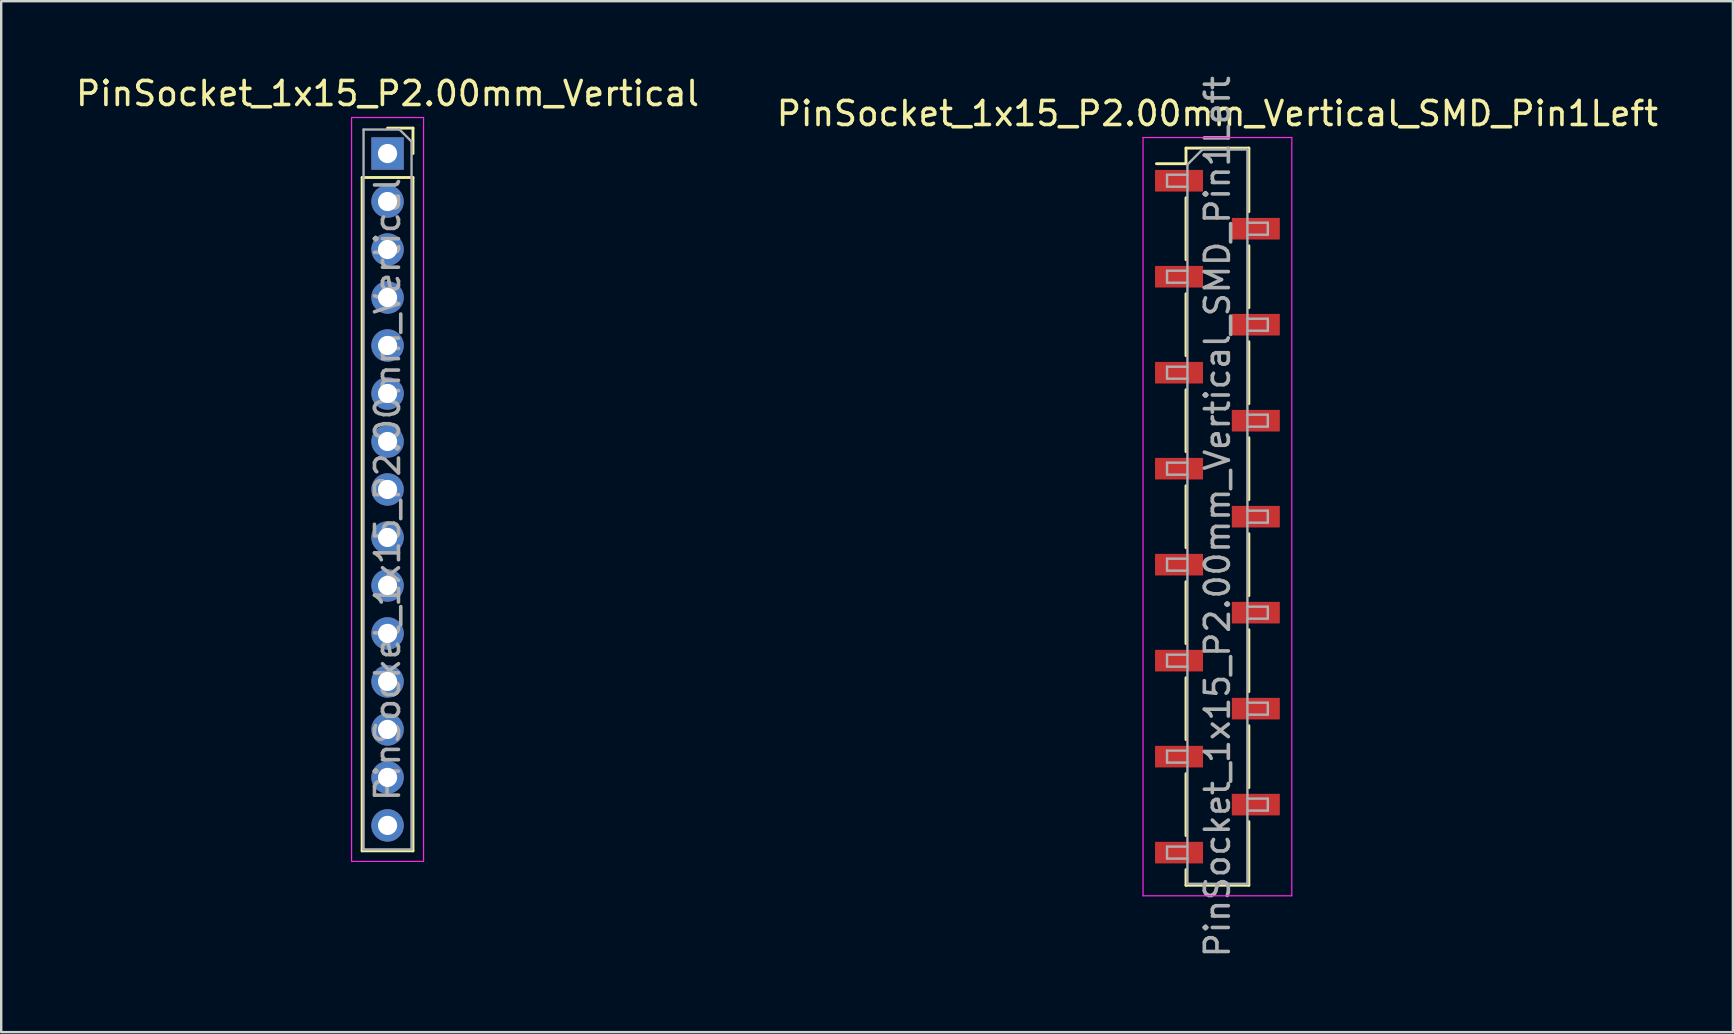
<source format=kicad_pcb>
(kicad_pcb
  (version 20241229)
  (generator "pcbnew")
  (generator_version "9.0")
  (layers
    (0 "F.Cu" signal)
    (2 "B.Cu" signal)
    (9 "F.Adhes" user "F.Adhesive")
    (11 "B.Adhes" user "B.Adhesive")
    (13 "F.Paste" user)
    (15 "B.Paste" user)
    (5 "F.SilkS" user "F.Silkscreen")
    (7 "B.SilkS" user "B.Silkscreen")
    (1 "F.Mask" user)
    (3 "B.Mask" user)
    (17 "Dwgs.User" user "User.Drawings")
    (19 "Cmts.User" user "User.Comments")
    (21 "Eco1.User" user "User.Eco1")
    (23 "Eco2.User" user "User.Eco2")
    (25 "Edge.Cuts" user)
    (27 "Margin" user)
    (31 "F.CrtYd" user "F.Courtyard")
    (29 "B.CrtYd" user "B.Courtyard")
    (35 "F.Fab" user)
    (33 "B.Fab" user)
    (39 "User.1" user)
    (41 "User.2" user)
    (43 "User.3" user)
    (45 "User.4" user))
  (footprint "PinSocket_1x15_P2.00mm_Vertical_SMD_Pin1Left"
    (layer "F.Cu")
    (at 47.685 18.482)
    (property "Reference" "PinSocket_1x15_P2.00mm_Vertical_SMD_Pin1Left" (at 0 -16.8 0) (layer "F.SilkS") (effects (font (size 1 1) (thickness 0.15))))
    (attr smd)
    (fp_line (start -2.54 -14.71) (end -1.31 -14.71) (stroke (width 0.12) (type solid)) (layer "F.SilkS"))
    (fp_line (start -1.31 -15.36) (end -1.31 -14.71) (stroke (width 0.12) (type solid)) (layer "F.SilkS"))
    (fp_line (start -1.31 -15.36) (end 1.31 -15.36) (stroke (width 0.12) (type solid)) (layer "F.SilkS"))
    (fp_line (start -1.31 -13.29) (end -1.31 -10.71) (stroke (width 0.12) (type solid)) (layer "F.SilkS"))
    (fp_line (start -1.31 -9.29) (end -1.31 -6.71) (stroke (width 0.12) (type solid)) (layer "F.SilkS"))
    (fp_line (start -1.31 -5.29) (end -1.31 -2.71) (stroke (width 0.12) (type solid)) (layer "F.SilkS"))
    (fp_line (start -1.31 -1.29) (end -1.31 1.29) (stroke (width 0.12) (type solid)) (layer "F.SilkS"))
    (fp_line (start -1.31 2.71) (end -1.31 5.29) (stroke (width 0.12) (type solid)) (layer "F.SilkS"))
    (fp_line (start -1.31 6.71) (end -1.31 9.29) (stroke (width 0.12) (type solid)) (layer "F.SilkS"))
    (fp_line (start -1.31 10.71) (end -1.31 13.29) (stroke (width 0.12) (type solid)) (layer "F.SilkS"))
    (fp_line (start -1.31 14.71) (end -1.31 15.36) (stroke (width 0.12) (type solid)) (layer "F.SilkS"))
    (fp_line (start -1.31 15.36) (end 1.31 15.36) (stroke (width 0.12) (type solid)) (layer "F.SilkS"))
    (fp_line (start 1.31 -15.36) (end 1.31 -12.71) (stroke (width 0.12) (type solid)) (layer "F.SilkS"))
    (fp_line (start 1.31 -11.29) (end 1.31 -8.71) (stroke (width 0.12) (type solid)) (layer "F.SilkS"))
    (fp_line (start 1.31 -7.29) (end 1.31 -4.71) (stroke (width 0.12) (type solid)) (layer "F.SilkS"))
    (fp_line (start 1.31 -3.29) (end 1.31 -0.71) (stroke (width 0.12) (type solid)) (layer "F.SilkS"))
    (fp_line (start 1.31 0.71) (end 1.31 3.29) (stroke (width 0.12) (type solid)) (layer "F.SilkS"))
    (fp_line (start 1.31 4.71) (end 1.31 7.29) (stroke (width 0.12) (type solid)) (layer "F.SilkS"))
    (fp_line (start 1.31 8.71) (end 1.31 11.29) (stroke (width 0.12) (type solid)) (layer "F.SilkS"))
    (fp_line (start 1.31 12.71) (end 1.31 15.36) (stroke (width 0.12) (type solid)) (layer "F.SilkS"))
    (fp_line (start -3.1 -15.8) (end 3.1 -15.8) (stroke (width 0.05) (type solid)) (layer "F.CrtYd"))
    (fp_line (start -3.1 15.8) (end -3.1 -15.8) (stroke (width 0.05) (type solid)) (layer "F.CrtYd"))
    (fp_line (start 3.1 -15.8) (end 3.1 15.8) (stroke (width 0.05) (type solid)) (layer "F.CrtYd"))
    (fp_line (start 3.1 15.8) (end -3.1 15.8) (stroke (width 0.05) (type solid)) (layer "F.CrtYd"))
    (fp_line (start -2.1 -14.25) (end -1.25 -14.25) (stroke (width 0.1) (type solid)) (layer "F.Fab"))
    (fp_line (start -2.1 -13.75) (end -2.1 -14.25) (stroke (width 0.1) (type solid)) (layer "F.Fab"))
    (fp_line (start -2.1 -10.25) (end -1.25 -10.25) (stroke (width 0.1) (type solid)) (layer "F.Fab"))
    (fp_line (start -2.1 -9.75) (end -2.1 -10.25) (stroke (width 0.1) (type solid)) (layer "F.Fab"))
    (fp_line (start -2.1 -6.25) (end -1.25 -6.25) (stroke (width 0.1) (type solid)) (layer "F.Fab"))
    (fp_line (start -2.1 -5.75) (end -2.1 -6.25) (stroke (width 0.1) (type solid)) (layer "F.Fab"))
    (fp_line (start -2.1 -2.25) (end -1.25 -2.25) (stroke (width 0.1) (type solid)) (layer "F.Fab"))
    (fp_line (start -2.1 -1.75) (end -2.1 -2.25) (stroke (width 0.1) (type solid)) (layer "F.Fab"))
    (fp_line (start -2.1 1.75) (end -1.25 1.75) (stroke (width 0.1) (type solid)) (layer "F.Fab"))
    (fp_line (start -2.1 2.25) (end -2.1 1.75) (stroke (width 0.1) (type solid)) (layer "F.Fab"))
    (fp_line (start -2.1 5.75) (end -1.25 5.75) (stroke (width 0.1) (type solid)) (layer "F.Fab"))
    (fp_line (start -2.1 6.25) (end -2.1 5.75) (stroke (width 0.1) (type solid)) (layer "F.Fab"))
    (fp_line (start -2.1 9.75) (end -1.25 9.75) (stroke (width 0.1) (type solid)) (layer "F.Fab"))
    (fp_line (start -2.1 10.25) (end -2.1 9.75) (stroke (width 0.1) (type solid)) (layer "F.Fab"))
    (fp_line (start -2.1 13.75) (end -1.25 13.75) (stroke (width 0.1) (type solid)) (layer "F.Fab"))
    (fp_line (start -2.1 14.25) (end -2.1 13.75) (stroke (width 0.1) (type solid)) (layer "F.Fab"))
    (fp_line (start -1.25 -14.675) (end -0.625 -15.3) (stroke (width 0.1) (type solid)) (layer "F.Fab"))
    (fp_line (start -1.25 -13.75) (end -2.1 -13.75) (stroke (width 0.1) (type solid)) (layer "F.Fab"))
    (fp_line (start -1.25 -9.75) (end -2.1 -9.75) (stroke (width 0.1) (type solid)) (layer "F.Fab"))
    (fp_line (start -1.25 -5.75) (end -2.1 -5.75) (stroke (width 0.1) (type solid)) (layer "F.Fab"))
    (fp_line (start -1.25 -1.75) (end -2.1 -1.75) (stroke (width 0.1) (type solid)) (layer "F.Fab"))
    (fp_line (start -1.25 2.25) (end -2.1 2.25) (stroke (width 0.1) (type solid)) (layer "F.Fab"))
    (fp_line (start -1.25 6.25) (end -2.1 6.25) (stroke (width 0.1) (type solid)) (layer "F.Fab"))
    (fp_line (start -1.25 10.25) (end -2.1 10.25) (stroke (width 0.1) (type solid)) (layer "F.Fab"))
    (fp_line (start -1.25 14.25) (end -2.1 14.25) (stroke (width 0.1) (type solid)) (layer "F.Fab"))
    (fp_line (start -1.25 15.3) (end -1.25 -14.675) (stroke (width 0.1) (type solid)) (layer "F.Fab"))
    (fp_line (start -0.625 -15.3) (end 1.25 -15.3) (stroke (width 0.1) (type solid)) (layer "F.Fab"))
    (fp_line (start 1.25 -15.3) (end 1.25 15.3) (stroke (width 0.1) (type solid)) (layer "F.Fab"))
    (fp_line (start 1.25 -12.25) (end 2.1 -12.25) (stroke (width 0.1) (type solid)) (layer "F.Fab"))
    (fp_line (start 1.25 -8.25) (end 2.1 -8.25) (stroke (width 0.1) (type solid)) (layer "F.Fab"))
    (fp_line (start 1.25 -4.25) (end 2.1 -4.25) (stroke (width 0.1) (type solid)) (layer "F.Fab"))
    (fp_line (start 1.25 -0.25) (end 2.1 -0.25) (stroke (width 0.1) (type solid)) (layer "F.Fab"))
    (fp_line (start 1.25 3.75) (end 2.1 3.75) (stroke (width 0.1) (type solid)) (layer "F.Fab"))
    (fp_line (start 1.25 7.75) (end 2.1 7.75) (stroke (width 0.1) (type solid)) (layer "F.Fab"))
    (fp_line (start 1.25 11.75) (end 2.1 11.75) (stroke (width 0.1) (type solid)) (layer "F.Fab"))
    (fp_line (start 1.25 15.3) (end -1.25 15.3) (stroke (width 0.1) (type solid)) (layer "F.Fab"))
    (fp_line (start 2.1 -12.25) (end 2.1 -11.75) (stroke (width 0.1) (type solid)) (layer "F.Fab"))
    (fp_line (start 2.1 -11.75) (end 1.25 -11.75) (stroke (width 0.1) (type solid)) (layer "F.Fab"))
    (fp_line (start 2.1 -8.25) (end 2.1 -7.75) (stroke (width 0.1) (type solid)) (layer "F.Fab"))
    (fp_line (start 2.1 -7.75) (end 1.25 -7.75) (stroke (width 0.1) (type solid)) (layer "F.Fab"))
    (fp_line (start 2.1 -4.25) (end 2.1 -3.75) (stroke (width 0.1) (type solid)) (layer "F.Fab"))
    (fp_line (start 2.1 -3.75) (end 1.25 -3.75) (stroke (width 0.1) (type solid)) (layer "F.Fab"))
    (fp_line (start 2.1 -0.25) (end 2.1 0.25) (stroke (width 0.1) (type solid)) (layer "F.Fab"))
    (fp_line (start 2.1 0.25) (end 1.25 0.25) (stroke (width 0.1) (type solid)) (layer "F.Fab"))
    (fp_line (start 2.1 3.75) (end 2.1 4.25) (stroke (width 0.1) (type solid)) (layer "F.Fab"))
    (fp_line (start 2.1 4.25) (end 1.25 4.25) (stroke (width 0.1) (type solid)) (layer "F.Fab"))
    (fp_line (start 2.1 7.75) (end 2.1 8.25) (stroke (width 0.1) (type solid)) (layer "F.Fab"))
    (fp_line (start 2.1 8.25) (end 1.25 8.25) (stroke (width 0.1) (type solid)) (layer "F.Fab"))
    (fp_line (start 2.1 11.75) (end 2.1 12.25) (stroke (width 0.1) (type solid)) (layer "F.Fab"))
    (fp_line (start 2.1 12.25) (end 1.25 12.25) (stroke (width 0.1) (type solid)) (layer "F.Fab"))
    (fp_text user "${REFERENCE}" (at 0 0 90) (layer "F.Fab") (effects (font (size 1 1) (thickness 0.15))))
    (pad "1" smd rect (at -1.6 -14) (size 2 0.9) (layers "F.Cu" "F.Mask" "F.Paste"))
    (pad "2" smd rect (at 1.6 -12) (size 2 0.9) (layers "F.Cu" "F.Mask" "F.Paste"))
    (pad "3" smd rect (at -1.6 -10) (size 2 0.9) (layers "F.Cu" "F.Mask" "F.Paste"))
    (pad "4" smd rect (at 1.6 -8) (size 2 0.9) (layers "F.Cu" "F.Mask" "F.Paste"))
    (pad "5" smd rect (at -1.6 -6) (size 2 0.9) (layers "F.Cu" "F.Mask" "F.Paste"))
    (pad "6" smd rect (at 1.6 -4) (size 2 0.9) (layers "F.Cu" "F.Mask" "F.Paste"))
    (pad "7" smd rect (at -1.6 -2) (size 2 0.9) (layers "F.Cu" "F.Mask" "F.Paste"))
    (pad "8" smd rect (at 1.6 0) (size 2 0.9) (layers "F.Cu" "F.Mask" "F.Paste"))
    (pad "9" smd rect (at -1.6 2) (size 2 0.9) (layers "F.Cu" "F.Mask" "F.Paste"))
    (pad "10" smd rect (at 1.6 4) (size 2 0.9) (layers "F.Cu" "F.Mask" "F.Paste"))
    (pad "11" smd rect (at -1.6 6) (size 2 0.9) (layers "F.Cu" "F.Mask" "F.Paste"))
    (pad "12" smd rect (at 1.6 8) (size 2 0.9) (layers "F.Cu" "F.Mask" "F.Paste"))
    (pad "13" smd rect (at -1.6 10) (size 2 0.9) (layers "F.Cu" "F.Mask" "F.Paste"))
    (pad "14" smd rect (at 1.6 12) (size 2 0.9) (layers "F.Cu" "F.Mask" "F.Paste"))
    (pad "15" smd rect (at -1.6 14) (size 2 0.9) (layers "F.Cu" "F.Mask" "F.Paste")))
  (footprint "PinSocket_1x15_P2.00mm_Vertical"
    (layer "F.Cu")
    (at 13.101 3.348)
    (property "Reference" "PinSocket_1x15_P2.00mm_Vertical" (at 0 -2.5 0) (layer "F.SilkS") (effects (font (size 1 1) (thickness 0.15))))
    (attr through_hole)
    (fp_line (start -1.06 1) (end -1.06 29.06) (stroke (width 0.12) (type solid)) (layer "F.SilkS"))
    (fp_line (start -1.06 1) (end 1.06 1) (stroke (width 0.12) (type solid)) (layer "F.SilkS"))
    (fp_line (start -1.06 29.06) (end 1.06 29.06) (stroke (width 0.12) (type solid)) (layer "F.SilkS"))
    (fp_line (start 0 -1.06) (end 1.06 -1.06) (stroke (width 0.12) (type solid)) (layer "F.SilkS"))
    (fp_line (start 1.06 -1.06) (end 1.06 0) (stroke (width 0.12) (type solid)) (layer "F.SilkS"))
    (fp_line (start 1.06 1) (end 1.06 29.06) (stroke (width 0.12) (type solid)) (layer "F.SilkS"))
    (fp_line (start -1.5 -1.5) (end 1.5 -1.5) (stroke (width 0.05) (type solid)) (layer "F.CrtYd"))
    (fp_line (start -1.5 29.5) (end -1.5 -1.5) (stroke (width 0.05) (type solid)) (layer "F.CrtYd"))
    (fp_line (start 1.5 -1.5) (end 1.5 29.5) (stroke (width 0.05) (type solid)) (layer "F.CrtYd"))
    (fp_line (start 1.5 29.5) (end -1.5 29.5) (stroke (width 0.05) (type solid)) (layer "F.CrtYd"))
    (fp_line (start -1 -1) (end 0.5 -1) (stroke (width 0.1) (type solid)) (layer "F.Fab"))
    (fp_line (start -1 29) (end -1 -1) (stroke (width 0.1) (type solid)) (layer "F.Fab"))
    (fp_line (start 0.5 -1) (end 1 -0.5) (stroke (width 0.1) (type solid)) (layer "F.Fab"))
    (fp_line (start 1 -0.5) (end 1 29) (stroke (width 0.1) (type solid)) (layer "F.Fab"))
    (fp_line (start 1 29) (end -1 29) (stroke (width 0.1) (type solid)) (layer "F.Fab"))
    (fp_text user "${REFERENCE}" (at 0 14 90) (layer "F.Fab") (effects (font (size 1 1) (thickness 0.15))))
    (pad "1" thru_hole rect (at 0 0) (size 1.35 1.35) (drill 0.8) (layers "*.Cu" "*.Mask"))
    (pad "2" thru_hole oval (at 0 2) (size 1.35 1.35) (drill 0.8) (layers "*.Cu" "*.Mask"))
    (pad "3" thru_hole oval (at 0 4) (size 1.35 1.35) (drill 0.8) (layers "*.Cu" "*.Mask"))
    (pad "4" thru_hole oval (at 0 6) (size 1.35 1.35) (drill 0.8) (layers "*.Cu" "*.Mask"))
    (pad "5" thru_hole oval (at 0 8) (size 1.35 1.35) (drill 0.8) (layers "*.Cu" "*.Mask"))
    (pad "6" thru_hole oval (at 0 10) (size 1.35 1.35) (drill 0.8) (layers "*.Cu" "*.Mask"))
    (pad "7" thru_hole oval (at 0 12) (size 1.35 1.35) (drill 0.8) (layers "*.Cu" "*.Mask"))
    (pad "8" thru_hole oval (at 0 14) (size 1.35 1.35) (drill 0.8) (layers "*.Cu" "*.Mask"))
    (pad "9" thru_hole oval (at 0 16) (size 1.35 1.35) (drill 0.8) (layers "*.Cu" "*.Mask"))
    (pad "10" thru_hole oval (at 0 18) (size 1.35 1.35) (drill 0.8) (layers "*.Cu" "*.Mask"))
    (pad "11" thru_hole oval (at 0 20) (size 1.35 1.35) (drill 0.8) (layers "*.Cu" "*.Mask"))
    (pad "12" thru_hole oval (at 0 22) (size 1.35 1.35) (drill 0.8) (layers "*.Cu" "*.Mask"))
    (pad "13" thru_hole oval (at 0 24) (size 1.35 1.35) (drill 0.8) (layers "*.Cu" "*.Mask"))
    (pad "14" thru_hole oval (at 0 26) (size 1.35 1.35) (drill 0.8) (layers "*.Cu" "*.Mask"))
    (pad "15" thru_hole oval (at 0 28) (size 1.35 1.35) (drill 0.8) (layers "*.Cu" "*.Mask")))
  (gr_rect
    (start -3 -3)
    (end 69.167 39.964)
    (stroke (width 0.1) (type default))
    (fill no)
    (layer "Edge.Cuts")))
</source>
